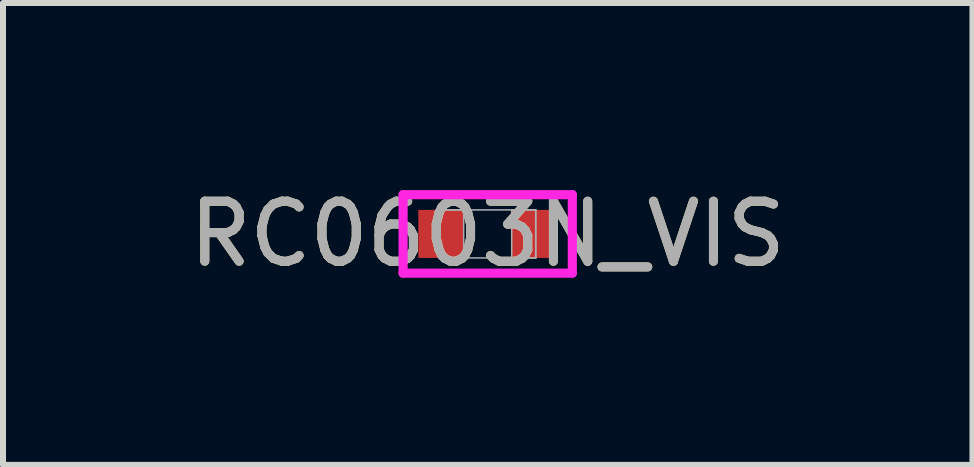
<source format=kicad_pcb>
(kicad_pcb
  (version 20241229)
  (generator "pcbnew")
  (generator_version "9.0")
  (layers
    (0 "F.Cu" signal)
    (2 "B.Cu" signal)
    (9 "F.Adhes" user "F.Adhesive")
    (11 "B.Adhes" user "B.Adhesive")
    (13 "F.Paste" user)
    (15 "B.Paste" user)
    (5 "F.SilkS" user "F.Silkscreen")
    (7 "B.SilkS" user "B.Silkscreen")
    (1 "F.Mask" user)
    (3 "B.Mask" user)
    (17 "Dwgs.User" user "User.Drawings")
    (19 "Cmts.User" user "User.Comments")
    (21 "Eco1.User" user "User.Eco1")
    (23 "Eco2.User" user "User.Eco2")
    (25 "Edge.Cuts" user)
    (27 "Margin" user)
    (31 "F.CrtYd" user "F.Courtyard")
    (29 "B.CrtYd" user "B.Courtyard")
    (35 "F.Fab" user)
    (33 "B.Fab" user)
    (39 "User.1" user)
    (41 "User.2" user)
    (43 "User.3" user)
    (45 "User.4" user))
  (footprint "RC0603N_VIS"
    (layer "F.Cu")
    (at 5.077 0.848)
    (property "Reference" "RC0603N_VIS" (at 0 0 0) (unlocked yes) (layer "F.SilkS") (effects (font (size 1 1) (thickness 0.15))))
    (attr smd)
    (fp_line (start -1.41 -0.654) (end 1.41 -0.654) (stroke (width 0.152) (type solid)) (layer "F.CrtYd"))
    (fp_line (start -1.41 0.654) (end -1.41 -0.654) (stroke (width 0.152) (type solid)) (layer "F.CrtYd"))
    (fp_line (start 1.41 -0.654) (end 1.41 0.654) (stroke (width 0.152) (type solid)) (layer "F.CrtYd"))
    (fp_line (start 1.41 0.654) (end -1.41 0.654) (stroke (width 0.152) (type solid)) (layer "F.CrtYd"))
    (fp_line (start -0.8 -0.4) (end -0.8 0.4) (stroke (width 0.025) (type solid)) (layer "F.Fab"))
    (fp_line (start -0.8 -0.4) (end -0.8 0.4) (stroke (width 0.025) (type solid)) (layer "F.Fab"))
    (fp_line (start -0.8 0.4) (end -0.4 0.4) (stroke (width 0.025) (type solid)) (layer "F.Fab"))
    (fp_line (start -0.8 0.4) (end 0.8 0.4) (stroke (width 0.025) (type solid)) (layer "F.Fab"))
    (fp_line (start -0.4 -0.4) (end -0.8 -0.4) (stroke (width 0.025) (type solid)) (layer "F.Fab"))
    (fp_line (start -0.4 0.4) (end -0.4 -0.4) (stroke (width 0.025) (type solid)) (layer "F.Fab"))
    (fp_line (start 0.4 -0.4) (end 0.4 0.4) (stroke (width 0.025) (type solid)) (layer "F.Fab"))
    (fp_line (start 0.4 0.4) (end 0.8 0.4) (stroke (width 0.025) (type solid)) (layer "F.Fab"))
    (fp_line (start 0.8 -0.4) (end -0.8 -0.4) (stroke (width 0.025) (type solid)) (layer "F.Fab"))
    (fp_line (start 0.8 -0.4) (end 0.4 -0.4) (stroke (width 0.025) (type solid)) (layer "F.Fab"))
    (fp_line (start 0.8 0.4) (end 0.8 -0.4) (stroke (width 0.025) (type solid)) (layer "F.Fab"))
    (fp_line (start 0.8 0.4) (end 0.8 -0.4) (stroke (width 0.025) (type solid)) (layer "F.Fab"))
    (fp_text user "${REFERENCE}" (at 0 0 0) (unlocked yes) (layer "F.Fab") (effects (font (size 1 1) (thickness 0.15))))
    (pad "1" smd rect (at -0.778 0) (size 0.756 0.8) (layers "F.Cu" "F.Mask" "F.Paste"))
    (pad "2" smd rect (at 0.778 0) (size 0.756 0.8) (layers "F.Cu" "F.Mask" "F.Paste"))
    (zone (net_name "") (layer "F.Cu") (hatch full 0.508) (connect_pads) (min_thickness 0.254) (filled_areas_thickness no) (keepout (tracks not_allowed) (vias not_allowed) (pads allowed) (copperpour not_allowed) (footprints allowed)) (placement (enabled no)) (fill) (polygon (pts (xy 4.728 0.499) (xy 5.427 0.499) (xy 5.427 1.197) (xy 4.728 1.197)))))
  (gr_rect
    (start -3 -3)
    (end 13.155 4.697)
    (stroke (width 0.1) (type default))
    (fill no)
    (layer "Edge.Cuts")))
</source>
